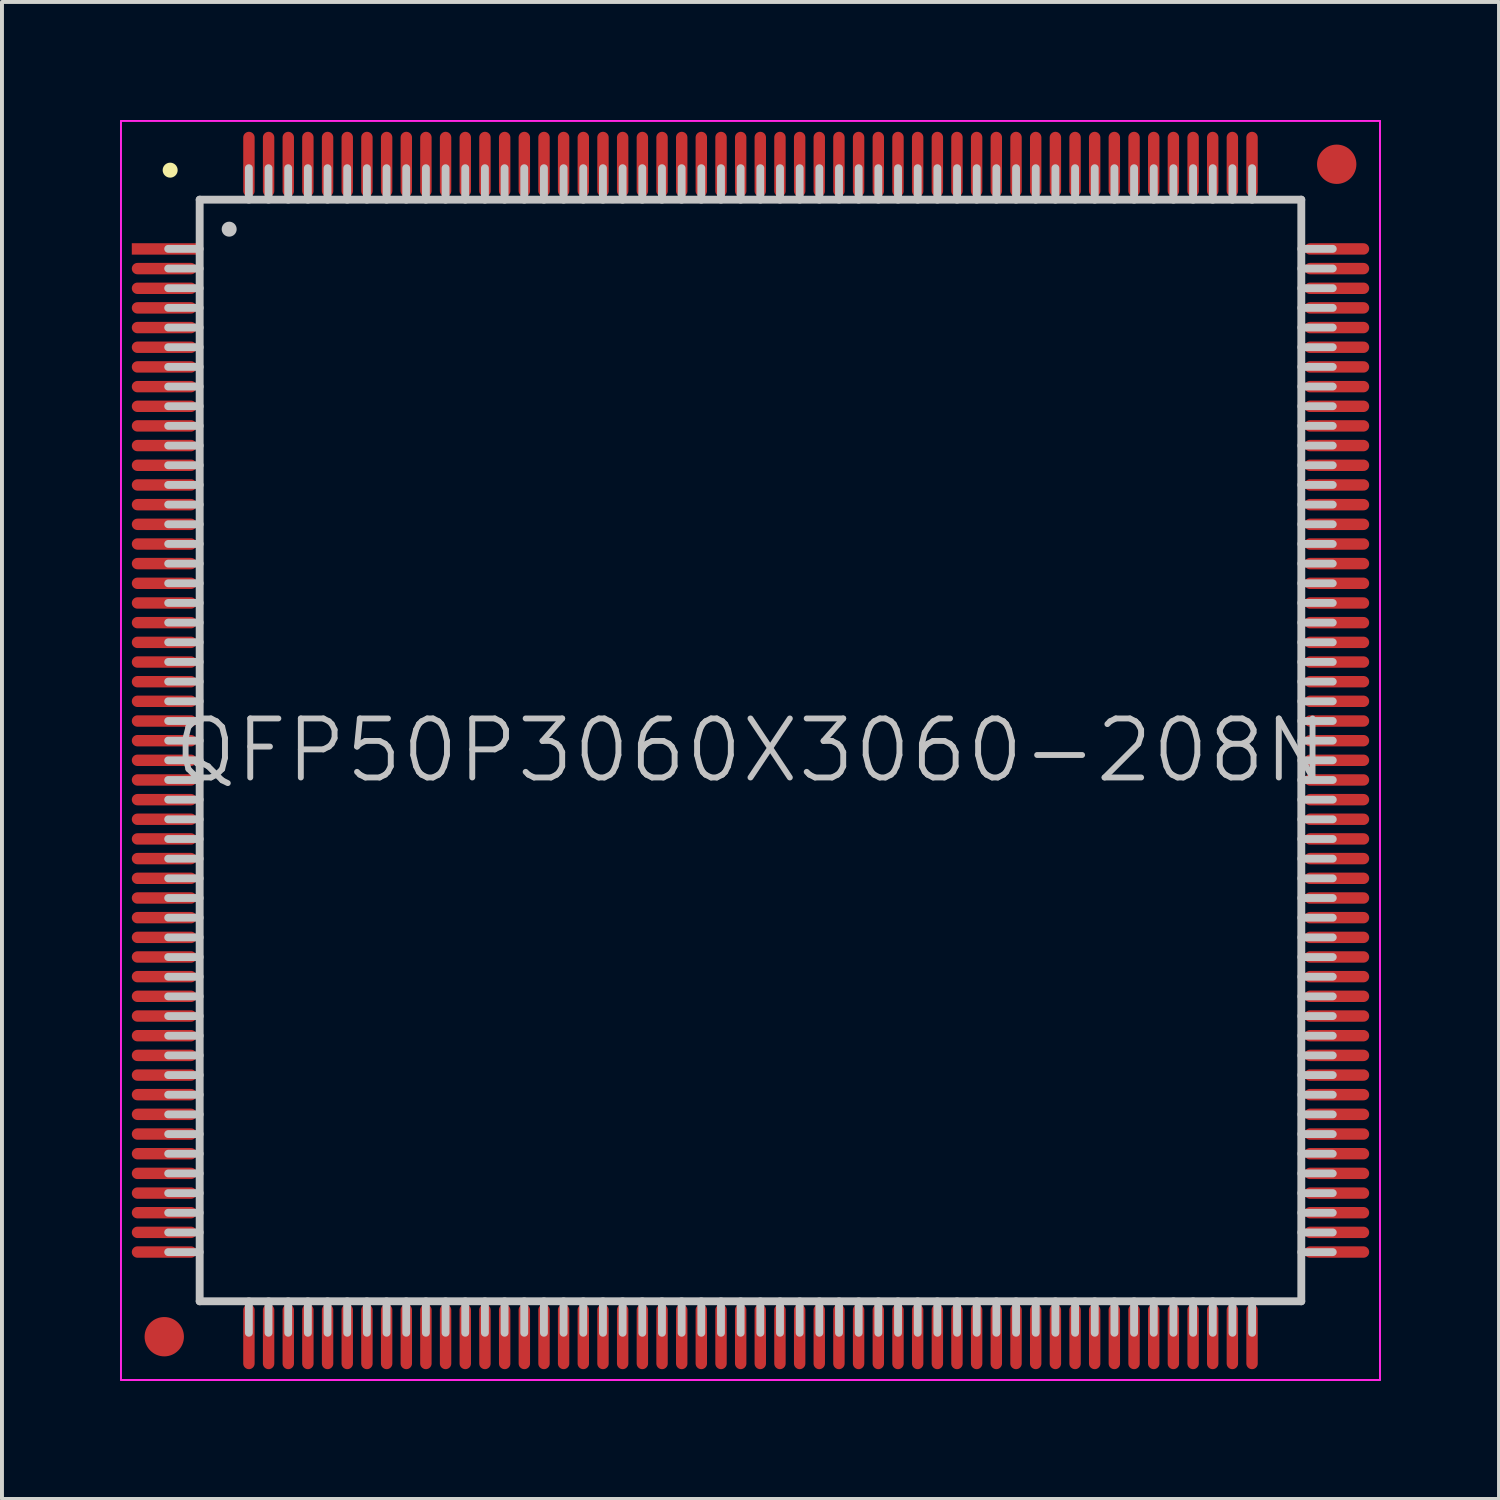
<source format=kicad_pcb>
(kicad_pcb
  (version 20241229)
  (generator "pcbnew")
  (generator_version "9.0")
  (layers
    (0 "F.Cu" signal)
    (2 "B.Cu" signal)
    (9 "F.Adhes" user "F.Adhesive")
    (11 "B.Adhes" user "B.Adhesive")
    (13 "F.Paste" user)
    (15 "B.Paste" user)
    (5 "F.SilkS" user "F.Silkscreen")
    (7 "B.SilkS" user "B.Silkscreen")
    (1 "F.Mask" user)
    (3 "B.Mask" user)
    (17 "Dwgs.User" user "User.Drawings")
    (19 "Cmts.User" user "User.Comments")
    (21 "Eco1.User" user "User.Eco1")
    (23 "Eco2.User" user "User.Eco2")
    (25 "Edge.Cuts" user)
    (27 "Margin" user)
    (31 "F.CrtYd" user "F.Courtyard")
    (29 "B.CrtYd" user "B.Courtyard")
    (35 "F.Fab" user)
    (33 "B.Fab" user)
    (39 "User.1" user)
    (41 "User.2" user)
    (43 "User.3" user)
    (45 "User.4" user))
  (footprint "QFP50P3060X3060-208N"
    (layer "F.Cu")
    (at 16.025 16.025)
    (property "Reference" "QFP50P3060X3060-208N" (at 0 0 0) (layer "Dwgs.User") (effects (font (size 1.5 1.5) (thickness 0.15))))
    (attr smd)
    (fp_line (start -14.75 -14.75) (end -14.75 -14.75) (stroke (width 0.381) (type solid)) (layer "F.SilkS"))
    (fp_line (start -14 -14) (end -14 14) (stroke (width 0.2) (type solid)) (layer "Dwgs.User"))
    (fp_line (start -14 -14) (end 14 -14) (stroke (width 0.2) (type solid)) (layer "Dwgs.User"))
    (fp_line (start -14 -12.75) (end -14.8 -12.75) (stroke (width 0.2) (type solid)) (layer "Dwgs.User"))
    (fp_line (start -14 -12.25) (end -14.8 -12.25) (stroke (width 0.2) (type solid)) (layer "Dwgs.User"))
    (fp_line (start -14 -11.75) (end -14.8 -11.75) (stroke (width 0.2) (type solid)) (layer "Dwgs.User"))
    (fp_line (start -14 -11.25) (end -14.8 -11.25) (stroke (width 0.2) (type solid)) (layer "Dwgs.User"))
    (fp_line (start -14 -10.75) (end -14.8 -10.75) (stroke (width 0.2) (type solid)) (layer "Dwgs.User"))
    (fp_line (start -14 -10.25) (end -14.8 -10.25) (stroke (width 0.2) (type solid)) (layer "Dwgs.User"))
    (fp_line (start -14 -9.75) (end -14.8 -9.75) (stroke (width 0.2) (type solid)) (layer "Dwgs.User"))
    (fp_line (start -14 -9.25) (end -14.8 -9.25) (stroke (width 0.2) (type solid)) (layer "Dwgs.User"))
    (fp_line (start -14 -8.75) (end -14.8 -8.75) (stroke (width 0.2) (type solid)) (layer "Dwgs.User"))
    (fp_line (start -14 -8.25) (end -14.8 -8.25) (stroke (width 0.2) (type solid)) (layer "Dwgs.User"))
    (fp_line (start -14 -7.75) (end -14.8 -7.75) (stroke (width 0.2) (type solid)) (layer "Dwgs.User"))
    (fp_line (start -14 -7.25) (end -14.8 -7.25) (stroke (width 0.2) (type solid)) (layer "Dwgs.User"))
    (fp_line (start -14 -6.75) (end -14.8 -6.75) (stroke (width 0.2) (type solid)) (layer "Dwgs.User"))
    (fp_line (start -14 -6.25) (end -14.8 -6.25) (stroke (width 0.2) (type solid)) (layer "Dwgs.User"))
    (fp_line (start -14 -5.75) (end -14.8 -5.75) (stroke (width 0.2) (type solid)) (layer "Dwgs.User"))
    (fp_line (start -14 -5.25) (end -14.8 -5.25) (stroke (width 0.2) (type solid)) (layer "Dwgs.User"))
    (fp_line (start -14 -4.75) (end -14.8 -4.75) (stroke (width 0.2) (type solid)) (layer "Dwgs.User"))
    (fp_line (start -14 -4.25) (end -14.8 -4.25) (stroke (width 0.2) (type solid)) (layer "Dwgs.User"))
    (fp_line (start -14 -3.75) (end -14.8 -3.75) (stroke (width 0.2) (type solid)) (layer "Dwgs.User"))
    (fp_line (start -14 -3.25) (end -14.8 -3.25) (stroke (width 0.2) (type solid)) (layer "Dwgs.User"))
    (fp_line (start -14 -2.75) (end -14.8 -2.75) (stroke (width 0.2) (type solid)) (layer "Dwgs.User"))
    (fp_line (start -14 -2.25) (end -14.8 -2.25) (stroke (width 0.2) (type solid)) (layer "Dwgs.User"))
    (fp_line (start -14 -1.75) (end -14.8 -1.75) (stroke (width 0.2) (type solid)) (layer "Dwgs.User"))
    (fp_line (start -14 -1.25) (end -14.8 -1.25) (stroke (width 0.2) (type solid)) (layer "Dwgs.User"))
    (fp_line (start -14 -0.75) (end -14.8 -0.75) (stroke (width 0.2) (type solid)) (layer "Dwgs.User"))
    (fp_line (start -14 -0.25) (end -14.8 -0.25) (stroke (width 0.2) (type solid)) (layer "Dwgs.User"))
    (fp_line (start -14 0.25) (end -14.8 0.25) (stroke (width 0.2) (type solid)) (layer "Dwgs.User"))
    (fp_line (start -14 0.75) (end -14.8 0.75) (stroke (width 0.2) (type solid)) (layer "Dwgs.User"))
    (fp_line (start -14 1.25) (end -14.8 1.25) (stroke (width 0.2) (type solid)) (layer "Dwgs.User"))
    (fp_line (start -14 1.75) (end -14.8 1.75) (stroke (width 0.2) (type solid)) (layer "Dwgs.User"))
    (fp_line (start -14 2.25) (end -14.8 2.25) (stroke (width 0.2) (type solid)) (layer "Dwgs.User"))
    (fp_line (start -14 2.75) (end -14.8 2.75) (stroke (width 0.2) (type solid)) (layer "Dwgs.User"))
    (fp_line (start -14 3.25) (end -14.8 3.25) (stroke (width 0.2) (type solid)) (layer "Dwgs.User"))
    (fp_line (start -14 3.75) (end -14.8 3.75) (stroke (width 0.2) (type solid)) (layer "Dwgs.User"))
    (fp_line (start -14 4.25) (end -14.8 4.25) (stroke (width 0.2) (type solid)) (layer "Dwgs.User"))
    (fp_line (start -14 4.75) (end -14.8 4.75) (stroke (width 0.2) (type solid)) (layer "Dwgs.User"))
    (fp_line (start -14 5.25) (end -14.8 5.25) (stroke (width 0.2) (type solid)) (layer "Dwgs.User"))
    (fp_line (start -14 5.75) (end -14.8 5.75) (stroke (width 0.2) (type solid)) (layer "Dwgs.User"))
    (fp_line (start -14 6.25) (end -14.8 6.25) (stroke (width 0.2) (type solid)) (layer "Dwgs.User"))
    (fp_line (start -14 6.75) (end -14.8 6.75) (stroke (width 0.2) (type solid)) (layer "Dwgs.User"))
    (fp_line (start -14 7.25) (end -14.8 7.25) (stroke (width 0.2) (type solid)) (layer "Dwgs.User"))
    (fp_line (start -14 7.75) (end -14.8 7.75) (stroke (width 0.2) (type solid)) (layer "Dwgs.User"))
    (fp_line (start -14 8.25) (end -14.8 8.25) (stroke (width 0.2) (type solid)) (layer "Dwgs.User"))
    (fp_line (start -14 8.75) (end -14.8 8.75) (stroke (width 0.2) (type solid)) (layer "Dwgs.User"))
    (fp_line (start -14 9.25) (end -14.8 9.25) (stroke (width 0.2) (type solid)) (layer "Dwgs.User"))
    (fp_line (start -14 9.75) (end -14.8 9.75) (stroke (width 0.2) (type solid)) (layer "Dwgs.User"))
    (fp_line (start -14 10.25) (end -14.8 10.25) (stroke (width 0.2) (type solid)) (layer "Dwgs.User"))
    (fp_line (start -14 10.75) (end -14.8 10.75) (stroke (width 0.2) (type solid)) (layer "Dwgs.User"))
    (fp_line (start -14 11.25) (end -14.8 11.25) (stroke (width 0.2) (type solid)) (layer "Dwgs.User"))
    (fp_line (start -14 11.75) (end -14.8 11.75) (stroke (width 0.2) (type solid)) (layer "Dwgs.User"))
    (fp_line (start -14 12.25) (end -14.8 12.25) (stroke (width 0.2) (type solid)) (layer "Dwgs.User"))
    (fp_line (start -14 12.75) (end -14.8 12.75) (stroke (width 0.2) (type solid)) (layer "Dwgs.User"))
    (fp_line (start -14 14) (end 14 14) (stroke (width 0.2) (type solid)) (layer "Dwgs.User"))
    (fp_line (start -13.25 -13.25) (end -13.25 -13.25) (stroke (width 0.381) (type solid)) (layer "Dwgs.User"))
    (fp_line (start -12.75 -14) (end -12.75 -14.8) (stroke (width 0.2) (type solid)) (layer "Dwgs.User"))
    (fp_line (start -12.75 14.8) (end -12.75 14) (stroke (width 0.2) (type solid)) (layer "Dwgs.User"))
    (fp_line (start -12.25 -14) (end -12.25 -14.8) (stroke (width 0.2) (type solid)) (layer "Dwgs.User"))
    (fp_line (start -12.25 14.8) (end -12.25 14) (stroke (width 0.2) (type solid)) (layer "Dwgs.User"))
    (fp_line (start -11.75 -14) (end -11.75 -14.8) (stroke (width 0.2) (type solid)) (layer "Dwgs.User"))
    (fp_line (start -11.75 14.8) (end -11.75 14) (stroke (width 0.2) (type solid)) (layer "Dwgs.User"))
    (fp_line (start -11.25 -14) (end -11.25 -14.8) (stroke (width 0.2) (type solid)) (layer "Dwgs.User"))
    (fp_line (start -11.25 14.8) (end -11.25 14) (stroke (width 0.2) (type solid)) (layer "Dwgs.User"))
    (fp_line (start -10.75 -14) (end -10.75 -14.8) (stroke (width 0.2) (type solid)) (layer "Dwgs.User"))
    (fp_line (start -10.75 14.8) (end -10.75 14) (stroke (width 0.2) (type solid)) (layer "Dwgs.User"))
    (fp_line (start -10.25 -14) (end -10.25 -14.8) (stroke (width 0.2) (type solid)) (layer "Dwgs.User"))
    (fp_line (start -10.25 14.8) (end -10.25 14) (stroke (width 0.2) (type solid)) (layer "Dwgs.User"))
    (fp_line (start -9.75 -14) (end -9.75 -14.8) (stroke (width 0.2) (type solid)) (layer "Dwgs.User"))
    (fp_line (start -9.75 14.8) (end -9.75 14) (stroke (width 0.2) (type solid)) (layer "Dwgs.User"))
    (fp_line (start -9.25 -14) (end -9.25 -14.8) (stroke (width 0.2) (type solid)) (layer "Dwgs.User"))
    (fp_line (start -9.25 14.8) (end -9.25 14) (stroke (width 0.2) (type solid)) (layer "Dwgs.User"))
    (fp_line (start -8.75 -14) (end -8.75 -14.8) (stroke (width 0.2) (type solid)) (layer "Dwgs.User"))
    (fp_line (start -8.75 14.8) (end -8.75 14) (stroke (width 0.2) (type solid)) (layer "Dwgs.User"))
    (fp_line (start -8.25 -14) (end -8.25 -14.8) (stroke (width 0.2) (type solid)) (layer "Dwgs.User"))
    (fp_line (start -8.25 14.8) (end -8.25 14) (stroke (width 0.2) (type solid)) (layer "Dwgs.User"))
    (fp_line (start -7.75 -14) (end -7.75 -14.8) (stroke (width 0.2) (type solid)) (layer "Dwgs.User"))
    (fp_line (start -7.75 14.8) (end -7.75 14) (stroke (width 0.2) (type solid)) (layer "Dwgs.User"))
    (fp_line (start -7.25 -14) (end -7.25 -14.8) (stroke (width 0.2) (type solid)) (layer "Dwgs.User"))
    (fp_line (start -7.25 14.8) (end -7.25 14) (stroke (width 0.2) (type solid)) (layer "Dwgs.User"))
    (fp_line (start -6.75 -14) (end -6.75 -14.8) (stroke (width 0.2) (type solid)) (layer "Dwgs.User"))
    (fp_line (start -6.75 14.8) (end -6.75 14) (stroke (width 0.2) (type solid)) (layer "Dwgs.User"))
    (fp_line (start -6.25 -14) (end -6.25 -14.8) (stroke (width 0.2) (type solid)) (layer "Dwgs.User"))
    (fp_line (start -6.25 14.8) (end -6.25 14) (stroke (width 0.2) (type solid)) (layer "Dwgs.User"))
    (fp_line (start -5.75 -14) (end -5.75 -14.8) (stroke (width 0.2) (type solid)) (layer "Dwgs.User"))
    (fp_line (start -5.75 14.8) (end -5.75 14) (stroke (width 0.2) (type solid)) (layer "Dwgs.User"))
    (fp_line (start -5.25 -14) (end -5.25 -14.8) (stroke (width 0.2) (type solid)) (layer "Dwgs.User"))
    (fp_line (start -5.25 14.8) (end -5.25 14) (stroke (width 0.2) (type solid)) (layer "Dwgs.User"))
    (fp_line (start -4.75 -14) (end -4.75 -14.8) (stroke (width 0.2) (type solid)) (layer "Dwgs.User"))
    (fp_line (start -4.75 14.8) (end -4.75 14) (stroke (width 0.2) (type solid)) (layer "Dwgs.User"))
    (fp_line (start -4.25 -14) (end -4.25 -14.8) (stroke (width 0.2) (type solid)) (layer "Dwgs.User"))
    (fp_line (start -4.25 14.8) (end -4.25 14) (stroke (width 0.2) (type solid)) (layer "Dwgs.User"))
    (fp_line (start -3.75 -14) (end -3.75 -14.8) (stroke (width 0.2) (type solid)) (layer "Dwgs.User"))
    (fp_line (start -3.75 14.8) (end -3.75 14) (stroke (width 0.2) (type solid)) (layer "Dwgs.User"))
    (fp_line (start -3.25 -14) (end -3.25 -14.8) (stroke (width 0.2) (type solid)) (layer "Dwgs.User"))
    (fp_line (start -3.25 14.8) (end -3.25 14) (stroke (width 0.2) (type solid)) (layer "Dwgs.User"))
    (fp_line (start -2.75 -14) (end -2.75 -14.8) (stroke (width 0.2) (type solid)) (layer "Dwgs.User"))
    (fp_line (start -2.75 14.8) (end -2.75 14) (stroke (width 0.2) (type solid)) (layer "Dwgs.User"))
    (fp_line (start -2.25 -14) (end -2.25 -14.8) (stroke (width 0.2) (type solid)) (layer "Dwgs.User"))
    (fp_line (start -2.25 14.8) (end -2.25 14) (stroke (width 0.2) (type solid)) (layer "Dwgs.User"))
    (fp_line (start -1.75 -14) (end -1.75 -14.8) (stroke (width 0.2) (type solid)) (layer "Dwgs.User"))
    (fp_line (start -1.75 14.8) (end -1.75 14) (stroke (width 0.2) (type solid)) (layer "Dwgs.User"))
    (fp_line (start -1.25 -14) (end -1.25 -14.8) (stroke (width 0.2) (type solid)) (layer "Dwgs.User"))
    (fp_line (start -1.25 14.8) (end -1.25 14) (stroke (width 0.2) (type solid)) (layer "Dwgs.User"))
    (fp_line (start -0.75 -14) (end -0.75 -14.8) (stroke (width 0.2) (type solid)) (layer "Dwgs.User"))
    (fp_line (start -0.75 14.8) (end -0.75 14) (stroke (width 0.2) (type solid)) (layer "Dwgs.User"))
    (fp_line (start -0.25 -14) (end -0.25 -14.8) (stroke (width 0.2) (type solid)) (layer "Dwgs.User"))
    (fp_line (start -0.25 14.8) (end -0.25 14) (stroke (width 0.2) (type solid)) (layer "Dwgs.User"))
    (fp_line (start 0.25 -14) (end 0.25 -14.8) (stroke (width 0.2) (type solid)) (layer "Dwgs.User"))
    (fp_line (start 0.25 14.8) (end 0.25 14) (stroke (width 0.2) (type solid)) (layer "Dwgs.User"))
    (fp_line (start 0.75 -14) (end 0.75 -14.8) (stroke (width 0.2) (type solid)) (layer "Dwgs.User"))
    (fp_line (start 0.75 14.8) (end 0.75 14) (stroke (width 0.2) (type solid)) (layer "Dwgs.User"))
    (fp_line (start 1.25 -14) (end 1.25 -14.8) (stroke (width 0.2) (type solid)) (layer "Dwgs.User"))
    (fp_line (start 1.25 14.8) (end 1.25 14) (stroke (width 0.2) (type solid)) (layer "Dwgs.User"))
    (fp_line (start 1.75 -14) (end 1.75 -14.8) (stroke (width 0.2) (type solid)) (layer "Dwgs.User"))
    (fp_line (start 1.75 14.8) (end 1.75 14) (stroke (width 0.2) (type solid)) (layer "Dwgs.User"))
    (fp_line (start 2.25 -14) (end 2.25 -14.8) (stroke (width 0.2) (type solid)) (layer "Dwgs.User"))
    (fp_line (start 2.25 14.8) (end 2.25 14) (stroke (width 0.2) (type solid)) (layer "Dwgs.User"))
    (fp_line (start 2.75 -14) (end 2.75 -14.8) (stroke (width 0.2) (type solid)) (layer "Dwgs.User"))
    (fp_line (start 2.75 14.8) (end 2.75 14) (stroke (width 0.2) (type solid)) (layer "Dwgs.User"))
    (fp_line (start 3.25 -14) (end 3.25 -14.8) (stroke (width 0.2) (type solid)) (layer "Dwgs.User"))
    (fp_line (start 3.25 14.8) (end 3.25 14) (stroke (width 0.2) (type solid)) (layer "Dwgs.User"))
    (fp_line (start 3.75 -14) (end 3.75 -14.8) (stroke (width 0.2) (type solid)) (layer "Dwgs.User"))
    (fp_line (start 3.75 14.8) (end 3.75 14) (stroke (width 0.2) (type solid)) (layer "Dwgs.User"))
    (fp_line (start 4.25 -14) (end 4.25 -14.8) (stroke (width 0.2) (type solid)) (layer "Dwgs.User"))
    (fp_line (start 4.25 14.8) (end 4.25 14) (stroke (width 0.2) (type solid)) (layer "Dwgs.User"))
    (fp_line (start 4.75 -14) (end 4.75 -14.8) (stroke (width 0.2) (type solid)) (layer "Dwgs.User"))
    (fp_line (start 4.75 14.8) (end 4.75 14) (stroke (width 0.2) (type solid)) (layer "Dwgs.User"))
    (fp_line (start 5.25 -14) (end 5.25 -14.8) (stroke (width 0.2) (type solid)) (layer "Dwgs.User"))
    (fp_line (start 5.25 14.8) (end 5.25 14) (stroke (width 0.2) (type solid)) (layer "Dwgs.User"))
    (fp_line (start 5.75 -14) (end 5.75 -14.8) (stroke (width 0.2) (type solid)) (layer "Dwgs.User"))
    (fp_line (start 5.75 14.8) (end 5.75 14) (stroke (width 0.2) (type solid)) (layer "Dwgs.User"))
    (fp_line (start 6.25 -14) (end 6.25 -14.8) (stroke (width 0.2) (type solid)) (layer "Dwgs.User"))
    (fp_line (start 6.25 14.8) (end 6.25 14) (stroke (width 0.2) (type solid)) (layer "Dwgs.User"))
    (fp_line (start 6.75 -14) (end 6.75 -14.8) (stroke (width 0.2) (type solid)) (layer "Dwgs.User"))
    (fp_line (start 6.75 14.8) (end 6.75 14) (stroke (width 0.2) (type solid)) (layer "Dwgs.User"))
    (fp_line (start 7.25 -14) (end 7.25 -14.8) (stroke (width 0.2) (type solid)) (layer "Dwgs.User"))
    (fp_line (start 7.25 14.8) (end 7.25 14) (stroke (width 0.2) (type solid)) (layer "Dwgs.User"))
    (fp_line (start 7.75 -14) (end 7.75 -14.8) (stroke (width 0.2) (type solid)) (layer "Dwgs.User"))
    (fp_line (start 7.75 14.8) (end 7.75 14) (stroke (width 0.2) (type solid)) (layer "Dwgs.User"))
    (fp_line (start 8.25 -14) (end 8.25 -14.8) (stroke (width 0.2) (type solid)) (layer "Dwgs.User"))
    (fp_line (start 8.25 14.8) (end 8.25 14) (stroke (width 0.2) (type solid)) (layer "Dwgs.User"))
    (fp_line (start 8.75 -14) (end 8.75 -14.8) (stroke (width 0.2) (type solid)) (layer "Dwgs.User"))
    (fp_line (start 8.75 14.8) (end 8.75 14) (stroke (width 0.2) (type solid)) (layer "Dwgs.User"))
    (fp_line (start 9.25 -14) (end 9.25 -14.8) (stroke (width 0.2) (type solid)) (layer "Dwgs.User"))
    (fp_line (start 9.25 14.8) (end 9.25 14) (stroke (width 0.2) (type solid)) (layer "Dwgs.User"))
    (fp_line (start 9.75 -14) (end 9.75 -14.8) (stroke (width 0.2) (type solid)) (layer "Dwgs.User"))
    (fp_line (start 9.75 14.8) (end 9.75 14) (stroke (width 0.2) (type solid)) (layer "Dwgs.User"))
    (fp_line (start 10.25 -14) (end 10.25 -14.8) (stroke (width 0.2) (type solid)) (layer "Dwgs.User"))
    (fp_line (start 10.25 14.8) (end 10.25 14) (stroke (width 0.2) (type solid)) (layer "Dwgs.User"))
    (fp_line (start 10.75 -14) (end 10.75 -14.8) (stroke (width 0.2) (type solid)) (layer "Dwgs.User"))
    (fp_line (start 10.75 14.8) (end 10.75 14) (stroke (width 0.2) (type solid)) (layer "Dwgs.User"))
    (fp_line (start 11.25 -14) (end 11.25 -14.8) (stroke (width 0.2) (type solid)) (layer "Dwgs.User"))
    (fp_line (start 11.25 14.8) (end 11.25 14) (stroke (width 0.2) (type solid)) (layer "Dwgs.User"))
    (fp_line (start 11.75 -14) (end 11.75 -14.8) (stroke (width 0.2) (type solid)) (layer "Dwgs.User"))
    (fp_line (start 11.75 14.8) (end 11.75 14) (stroke (width 0.2) (type solid)) (layer "Dwgs.User"))
    (fp_line (start 12.25 -14) (end 12.25 -14.8) (stroke (width 0.2) (type solid)) (layer "Dwgs.User"))
    (fp_line (start 12.25 14.8) (end 12.25 14) (stroke (width 0.2) (type solid)) (layer "Dwgs.User"))
    (fp_line (start 12.75 -14) (end 12.75 -14.8) (stroke (width 0.2) (type solid)) (layer "Dwgs.User"))
    (fp_line (start 12.75 14.8) (end 12.75 14) (stroke (width 0.2) (type solid)) (layer "Dwgs.User"))
    (fp_line (start 14 -14) (end 14 14) (stroke (width 0.2) (type solid)) (layer "Dwgs.User"))
    (fp_line (start 14.8 -12.75) (end 14 -12.75) (stroke (width 0.2) (type solid)) (layer "Dwgs.User"))
    (fp_line (start 14.8 -12.25) (end 14 -12.25) (stroke (width 0.2) (type solid)) (layer "Dwgs.User"))
    (fp_line (start 14.8 -11.75) (end 14 -11.75) (stroke (width 0.2) (type solid)) (layer "Dwgs.User"))
    (fp_line (start 14.8 -11.25) (end 14 -11.25) (stroke (width 0.2) (type solid)) (layer "Dwgs.User"))
    (fp_line (start 14.8 -10.75) (end 14 -10.75) (stroke (width 0.2) (type solid)) (layer "Dwgs.User"))
    (fp_line (start 14.8 -10.25) (end 14 -10.25) (stroke (width 0.2) (type solid)) (layer "Dwgs.User"))
    (fp_line (start 14.8 -9.75) (end 14 -9.75) (stroke (width 0.2) (type solid)) (layer "Dwgs.User"))
    (fp_line (start 14.8 -9.25) (end 14 -9.25) (stroke (width 0.2) (type solid)) (layer "Dwgs.User"))
    (fp_line (start 14.8 -8.75) (end 14 -8.75) (stroke (width 0.2) (type solid)) (layer "Dwgs.User"))
    (fp_line (start 14.8 -8.25) (end 14 -8.25) (stroke (width 0.2) (type solid)) (layer "Dwgs.User"))
    (fp_line (start 14.8 -7.75) (end 14 -7.75) (stroke (width 0.2) (type solid)) (layer "Dwgs.User"))
    (fp_line (start 14.8 -7.25) (end 14 -7.25) (stroke (width 0.2) (type solid)) (layer "Dwgs.User"))
    (fp_line (start 14.8 -6.75) (end 14 -6.75) (stroke (width 0.2) (type solid)) (layer "Dwgs.User"))
    (fp_line (start 14.8 -6.25) (end 14 -6.25) (stroke (width 0.2) (type solid)) (layer "Dwgs.User"))
    (fp_line (start 14.8 -5.75) (end 14 -5.75) (stroke (width 0.2) (type solid)) (layer "Dwgs.User"))
    (fp_line (start 14.8 -5.25) (end 14 -5.25) (stroke (width 0.2) (type solid)) (layer "Dwgs.User"))
    (fp_line (start 14.8 -4.75) (end 14 -4.75) (stroke (width 0.2) (type solid)) (layer "Dwgs.User"))
    (fp_line (start 14.8 -4.25) (end 14 -4.25) (stroke (width 0.2) (type solid)) (layer "Dwgs.User"))
    (fp_line (start 14.8 -3.75) (end 14 -3.75) (stroke (width 0.2) (type solid)) (layer "Dwgs.User"))
    (fp_line (start 14.8 -3.25) (end 14 -3.25) (stroke (width 0.2) (type solid)) (layer "Dwgs.User"))
    (fp_line (start 14.8 -2.75) (end 14 -2.75) (stroke (width 0.2) (type solid)) (layer "Dwgs.User"))
    (fp_line (start 14.8 -2.25) (end 14 -2.25) (stroke (width 0.2) (type solid)) (layer "Dwgs.User"))
    (fp_line (start 14.8 -1.75) (end 14 -1.75) (stroke (width 0.2) (type solid)) (layer "Dwgs.User"))
    (fp_line (start 14.8 -1.25) (end 14 -1.25) (stroke (width 0.2) (type solid)) (layer "Dwgs.User"))
    (fp_line (start 14.8 -0.75) (end 14 -0.75) (stroke (width 0.2) (type solid)) (layer "Dwgs.User"))
    (fp_line (start 14.8 -0.25) (end 14 -0.25) (stroke (width 0.2) (type solid)) (layer "Dwgs.User"))
    (fp_line (start 14.8 0.25) (end 14 0.25) (stroke (width 0.2) (type solid)) (layer "Dwgs.User"))
    (fp_line (start 14.8 0.75) (end 14 0.75) (stroke (width 0.2) (type solid)) (layer "Dwgs.User"))
    (fp_line (start 14.8 1.25) (end 14 1.25) (stroke (width 0.2) (type solid)) (layer "Dwgs.User"))
    (fp_line (start 14.8 1.75) (end 14 1.75) (stroke (width 0.2) (type solid)) (layer "Dwgs.User"))
    (fp_line (start 14.8 2.25) (end 14 2.25) (stroke (width 0.2) (type solid)) (layer "Dwgs.User"))
    (fp_line (start 14.8 2.75) (end 14 2.75) (stroke (width 0.2) (type solid)) (layer "Dwgs.User"))
    (fp_line (start 14.8 3.25) (end 14 3.25) (stroke (width 0.2) (type solid)) (layer "Dwgs.User"))
    (fp_line (start 14.8 3.75) (end 14 3.75) (stroke (width 0.2) (type solid)) (layer "Dwgs.User"))
    (fp_line (start 14.8 4.25) (end 14 4.25) (stroke (width 0.2) (type solid)) (layer "Dwgs.User"))
    (fp_line (start 14.8 4.75) (end 14 4.75) (stroke (width 0.2) (type solid)) (layer "Dwgs.User"))
    (fp_line (start 14.8 5.25) (end 14 5.25) (stroke (width 0.2) (type solid)) (layer "Dwgs.User"))
    (fp_line (start 14.8 5.75) (end 14 5.75) (stroke (width 0.2) (type solid)) (layer "Dwgs.User"))
    (fp_line (start 14.8 6.25) (end 14 6.25) (stroke (width 0.2) (type solid)) (layer "Dwgs.User"))
    (fp_line (start 14.8 6.75) (end 14 6.75) (stroke (width 0.2) (type solid)) (layer "Dwgs.User"))
    (fp_line (start 14.8 7.25) (end 14 7.25) (stroke (width 0.2) (type solid)) (layer "Dwgs.User"))
    (fp_line (start 14.8 7.75) (end 14 7.75) (stroke (width 0.2) (type solid)) (layer "Dwgs.User"))
    (fp_line (start 14.8 8.25) (end 14 8.25) (stroke (width 0.2) (type solid)) (layer "Dwgs.User"))
    (fp_line (start 14.8 8.75) (end 14 8.75) (stroke (width 0.2) (type solid)) (layer "Dwgs.User"))
    (fp_line (start 14.8 9.25) (end 14 9.25) (stroke (width 0.2) (type solid)) (layer "Dwgs.User"))
    (fp_line (start 14.8 9.75) (end 14 9.75) (stroke (width 0.2) (type solid)) (layer "Dwgs.User"))
    (fp_line (start 14.8 10.25) (end 14 10.25) (stroke (width 0.2) (type solid)) (layer "Dwgs.User"))
    (fp_line (start 14.8 10.75) (end 14 10.75) (stroke (width 0.2) (type solid)) (layer "Dwgs.User"))
    (fp_line (start 14.8 11.25) (end 14 11.25) (stroke (width 0.2) (type solid)) (layer "Dwgs.User"))
    (fp_line (start 14.8 11.75) (end 14 11.75) (stroke (width 0.2) (type solid)) (layer "Dwgs.User"))
    (fp_line (start 14.8 12.25) (end 14 12.25) (stroke (width 0.2) (type solid)) (layer "Dwgs.User"))
    (fp_line (start 14.8 12.75) (end 14 12.75) (stroke (width 0.2) (type solid)) (layer "Dwgs.User"))
    (fp_line (start -16 -16) (end -16 16) (stroke (width 0.05) (type solid)) (layer "F.CrtYd"))
    (fp_line (start -16 -16) (end 16 -16) (stroke (width 0.05) (type solid)) (layer "F.CrtYd"))
    (fp_line (start -16 16) (end 16 16) (stroke (width 0.05) (type solid)) (layer "F.CrtYd"))
    (fp_line (start 16 -16) (end 16 16) (stroke (width 0.05) (type solid)) (layer "F.CrtYd"))
    (pad "" smd circle (at -14.9 14.9) (size 1 1) (layers "F.Cu" "F.Mask"))
    (pad "" smd circle (at 14.9 -14.9) (size 1 1) (layers "F.Cu" "F.Mask"))
    (pad "1" smd rect (at -14.9 -12.748 90) (size 0.29 1.65) (layers "F.Cu" "F.Mask" "F.Paste"))
    (pad "2" smd oval (at -14.9 -12.248 90) (size 0.29 1.65) (layers "F.Cu" "F.Mask" "F.Paste"))
    (pad "3" smd oval (at -14.9 -11.748 90) (size 0.29 1.65) (layers "F.Cu" "F.Mask" "F.Paste"))
    (pad "4" smd oval (at -14.9 -11.25 90) (size 0.29 1.65) (layers "F.Cu" "F.Mask" "F.Paste"))
    (pad "5" smd oval (at -14.9 -10.749 90) (size 0.29 1.65) (layers "F.Cu" "F.Mask" "F.Paste"))
    (pad "6" smd oval (at -14.9 -10.249 90) (size 0.29 1.65) (layers "F.Cu" "F.Mask" "F.Paste"))
    (pad "7" smd oval (at -14.9 -9.749 90) (size 0.29 1.65) (layers "F.Cu" "F.Mask" "F.Paste"))
    (pad "8" smd oval (at -14.9 -9.248 90) (size 0.29 1.65) (layers "F.Cu" "F.Mask" "F.Paste"))
    (pad "9" smd oval (at -14.9 -8.748 90) (size 0.29 1.65) (layers "F.Cu" "F.Mask" "F.Paste"))
    (pad "10" smd oval (at -14.9 -8.25 90) (size 0.29 1.65) (layers "F.Cu" "F.Mask" "F.Paste"))
    (pad "11" smd oval (at -14.9 -7.75 90) (size 0.29 1.65) (layers "F.Cu" "F.Mask" "F.Paste"))
    (pad "12" smd oval (at -14.9 -7.249 90) (size 0.29 1.65) (layers "F.Cu" "F.Mask" "F.Paste"))
    (pad "13" smd oval (at -14.9 -6.749 90) (size 0.29 1.65) (layers "F.Cu" "F.Mask" "F.Paste"))
    (pad "14" smd oval (at -14.9 -6.248 90) (size 0.29 1.65) (layers "F.Cu" "F.Mask" "F.Paste"))
    (pad "15" smd oval (at -14.9 -5.748 90) (size 0.29 1.65) (layers "F.Cu" "F.Mask" "F.Paste"))
    (pad "16" smd oval (at -14.9 -5.248 90) (size 0.29 1.65) (layers "F.Cu" "F.Mask" "F.Paste"))
    (pad "17" smd oval (at -14.9 -4.75 90) (size 0.29 1.65) (layers "F.Cu" "F.Mask" "F.Paste"))
    (pad "18" smd oval (at -14.9 -4.249 90) (size 0.29 1.65) (layers "F.Cu" "F.Mask" "F.Paste"))
    (pad "19" smd oval (at -14.9 -3.749 90) (size 0.29 1.65) (layers "F.Cu" "F.Mask" "F.Paste"))
    (pad "20" smd oval (at -14.9 -3.249 90) (size 0.29 1.65) (layers "F.Cu" "F.Mask" "F.Paste"))
    (pad "21" smd oval (at -14.9 -2.748 90) (size 0.29 1.65) (layers "F.Cu" "F.Mask" "F.Paste"))
    (pad "22" smd oval (at -14.9 -2.248 90) (size 0.29 1.65) (layers "F.Cu" "F.Mask" "F.Paste"))
    (pad "23" smd oval (at -14.9 -1.748 90) (size 0.29 1.65) (layers "F.Cu" "F.Mask" "F.Paste"))
    (pad "24" smd oval (at -14.9 -1.25 90) (size 0.29 1.65) (layers "F.Cu" "F.Mask" "F.Paste"))
    (pad "25" smd oval (at -14.9 -0.749 90) (size 0.29 1.65) (layers "F.Cu" "F.Mask" "F.Paste"))
    (pad "26" smd oval (at -14.9 -0.249 90) (size 0.29 1.65) (layers "F.Cu" "F.Mask" "F.Paste"))
    (pad "27" smd oval (at -14.9 0.249 90) (size 0.29 1.65) (layers "F.Cu" "F.Mask" "F.Paste"))
    (pad "28" smd oval (at -14.9 0.749 90) (size 0.29 1.65) (layers "F.Cu" "F.Mask" "F.Paste"))
    (pad "29" smd oval (at -14.9 1.25 90) (size 0.29 1.65) (layers "F.Cu" "F.Mask" "F.Paste"))
    (pad "30" smd oval (at -14.9 1.748 90) (size 0.29 1.65) (layers "F.Cu" "F.Mask" "F.Paste"))
    (pad "31" smd oval (at -14.9 2.248 90) (size 0.29 1.65) (layers "F.Cu" "F.Mask" "F.Paste"))
    (pad "32" smd oval (at -14.9 2.748 90) (size 0.29 1.65) (layers "F.Cu" "F.Mask" "F.Paste"))
    (pad "33" smd oval (at -14.9 3.249 90) (size 0.29 1.65) (layers "F.Cu" "F.Mask" "F.Paste"))
    (pad "34" smd oval (at -14.9 3.749 90) (size 0.29 1.65) (layers "F.Cu" "F.Mask" "F.Paste"))
    (pad "35" smd oval (at -14.9 4.249 90) (size 0.29 1.65) (layers "F.Cu" "F.Mask" "F.Paste"))
    (pad "36" smd oval (at -14.9 4.75 90) (size 0.29 1.65) (layers "F.Cu" "F.Mask" "F.Paste"))
    (pad "37" smd oval (at -14.9 5.248 90) (size 0.29 1.65) (layers "F.Cu" "F.Mask" "F.Paste"))
    (pad "38" smd oval (at -14.9 5.748 90) (size 0.29 1.65) (layers "F.Cu" "F.Mask" "F.Paste"))
    (pad "39" smd oval (at -14.9 6.248 90) (size 0.29 1.65) (layers "F.Cu" "F.Mask" "F.Paste"))
    (pad "40" smd oval (at -14.9 6.749 90) (size 0.29 1.65) (layers "F.Cu" "F.Mask" "F.Paste"))
    (pad "41" smd oval (at -14.9 7.249 90) (size 0.29 1.65) (layers "F.Cu" "F.Mask" "F.Paste"))
    (pad "42" smd oval (at -14.9 7.75 90) (size 0.29 1.65) (layers "F.Cu" "F.Mask" "F.Paste"))
    (pad "43" smd oval (at -14.9 8.25 90) (size 0.29 1.65) (layers "F.Cu" "F.Mask" "F.Paste"))
    (pad "44" smd oval (at -14.9 8.748 90) (size 0.29 1.65) (layers "F.Cu" "F.Mask" "F.Paste"))
    (pad "45" smd oval (at -14.9 9.248 90) (size 0.29 1.65) (layers "F.Cu" "F.Mask" "F.Paste"))
    (pad "46" smd oval (at -14.9 9.749 90) (size 0.29 1.65) (layers "F.Cu" "F.Mask" "F.Paste"))
    (pad "47" smd oval (at -14.9 10.249 90) (size 0.29 1.65) (layers "F.Cu" "F.Mask" "F.Paste"))
    (pad "48" smd oval (at -14.9 10.749 90) (size 0.29 1.65) (layers "F.Cu" "F.Mask" "F.Paste"))
    (pad "49" smd oval (at -14.9 11.25 90) (size 0.29 1.65) (layers "F.Cu" "F.Mask" "F.Paste"))
    (pad "50" smd oval (at -14.9 11.748 90) (size 0.29 1.65) (layers "F.Cu" "F.Mask" "F.Paste"))
    (pad "51" smd oval (at -14.9 12.248 90) (size 0.29 1.65) (layers "F.Cu" "F.Mask" "F.Paste"))
    (pad "52" smd oval (at -14.9 12.748 90) (size 0.29 1.65) (layers "F.Cu" "F.Mask" "F.Paste"))
    (pad "53" smd oval (at -12.748 14.9 180) (size 0.29 1.65) (layers "F.Cu" "F.Mask" "F.Paste"))
    (pad "54" smd oval (at -12.248 14.9 180) (size 0.29 1.65) (layers "F.Cu" "F.Mask" "F.Paste"))
    (pad "55" smd oval (at -11.748 14.9 180) (size 0.29 1.65) (layers "F.Cu" "F.Mask" "F.Paste"))
    (pad "56" smd oval (at -11.25 14.9 180) (size 0.29 1.65) (layers "F.Cu" "F.Mask" "F.Paste"))
    (pad "57" smd oval (at -10.749 14.9 180) (size 0.29 1.65) (layers "F.Cu" "F.Mask" "F.Paste"))
    (pad "58" smd oval (at -10.249 14.9 180) (size 0.29 1.65) (layers "F.Cu" "F.Mask" "F.Paste"))
    (pad "59" smd oval (at -9.749 14.9 180) (size 0.29 1.65) (layers "F.Cu" "F.Mask" "F.Paste"))
    (pad "60" smd oval (at -9.248 14.9 180) (size 0.29 1.65) (layers "F.Cu" "F.Mask" "F.Paste"))
    (pad "61" smd oval (at -8.748 14.9 180) (size 0.29 1.65) (layers "F.Cu" "F.Mask" "F.Paste"))
    (pad "62" smd oval (at -8.25 14.9 180) (size 0.29 1.65) (layers "F.Cu" "F.Mask" "F.Paste"))
    (pad "63" smd oval (at -7.75 14.9 180) (size 0.29 1.65) (layers "F.Cu" "F.Mask" "F.Paste"))
    (pad "64" smd oval (at -7.249 14.9 180) (size 0.29 1.65) (layers "F.Cu" "F.Mask" "F.Paste"))
    (pad "65" smd oval (at -6.749 14.9 180) (size 0.29 1.65) (layers "F.Cu" "F.Mask" "F.Paste"))
    (pad "66" smd oval (at -6.248 14.9 180) (size 0.29 1.65) (layers "F.Cu" "F.Mask" "F.Paste"))
    (pad "67" smd oval (at -5.748 14.9 180) (size 0.29 1.65) (layers "F.Cu" "F.Mask" "F.Paste"))
    (pad "68" smd oval (at -5.248 14.9 180) (size 0.29 1.65) (layers "F.Cu" "F.Mask" "F.Paste"))
    (pad "69" smd oval (at -4.75 14.9 180) (size 0.29 1.65) (layers "F.Cu" "F.Mask" "F.Paste"))
    (pad "70" smd oval (at -4.249 14.9 180) (size 0.29 1.65) (layers "F.Cu" "F.Mask" "F.Paste"))
    (pad "71" smd oval (at -3.749 14.9 180) (size 0.29 1.65) (layers "F.Cu" "F.Mask" "F.Paste"))
    (pad "72" smd oval (at -3.249 14.9 180) (size 0.29 1.65) (layers "F.Cu" "F.Mask" "F.Paste"))
    (pad "73" smd oval (at -2.748 14.9 180) (size 0.29 1.65) (layers "F.Cu" "F.Mask" "F.Paste"))
    (pad "74" smd oval (at -2.248 14.9 180) (size 0.29 1.65) (layers "F.Cu" "F.Mask" "F.Paste"))
    (pad "75" smd oval (at -1.748 14.9 180) (size 0.29 1.65) (layers "F.Cu" "F.Mask" "F.Paste"))
    (pad "76" smd oval (at -1.25 14.9 180) (size 0.29 1.65) (layers "F.Cu" "F.Mask" "F.Paste"))
    (pad "77" smd oval (at -0.749 14.9 180) (size 0.29 1.65) (layers "F.Cu" "F.Mask" "F.Paste"))
    (pad "78" smd oval (at -0.249 14.9 180) (size 0.29 1.65) (layers "F.Cu" "F.Mask" "F.Paste"))
    (pad "79" smd oval (at 0.249 14.9 180) (size 0.29 1.65) (layers "F.Cu" "F.Mask" "F.Paste"))
    (pad "80" smd oval (at 0.749 14.9 180) (size 0.29 1.65) (layers "F.Cu" "F.Mask" "F.Paste"))
    (pad "81" smd oval (at 1.25 14.9 180) (size 0.29 1.65) (layers "F.Cu" "F.Mask" "F.Paste"))
    (pad "82" smd oval (at 1.748 14.9 180) (size 0.29 1.65) (layers "F.Cu" "F.Mask" "F.Paste"))
    (pad "83" smd oval (at 2.248 14.9 180) (size 0.29 1.65) (layers "F.Cu" "F.Mask" "F.Paste"))
    (pad "84" smd oval (at 2.748 14.9 180) (size 0.29 1.65) (layers "F.Cu" "F.Mask" "F.Paste"))
    (pad "85" smd oval (at 3.249 14.9 180) (size 0.29 1.65) (layers "F.Cu" "F.Mask" "F.Paste"))
    (pad "86" smd oval (at 3.749 14.9 180) (size 0.29 1.65) (layers "F.Cu" "F.Mask" "F.Paste"))
    (pad "87" smd oval (at 4.249 14.9 180) (size 0.29 1.65) (layers "F.Cu" "F.Mask" "F.Paste"))
    (pad "88" smd oval (at 4.75 14.9 180) (size 0.29 1.65) (layers "F.Cu" "F.Mask" "F.Paste"))
    (pad "89" smd oval (at 5.248 14.9 180) (size 0.29 1.65) (layers "F.Cu" "F.Mask" "F.Paste"))
    (pad "90" smd oval (at 5.748 14.9 180) (size 0.29 1.65) (layers "F.Cu" "F.Mask" "F.Paste"))
    (pad "91" smd oval (at 6.248 14.9 180) (size 0.29 1.65) (layers "F.Cu" "F.Mask" "F.Paste"))
    (pad "92" smd oval (at 6.749 14.9 180) (size 0.29 1.65) (layers "F.Cu" "F.Mask" "F.Paste"))
    (pad "93" smd oval (at 7.249 14.9 180) (size 0.29 1.65) (layers "F.Cu" "F.Mask" "F.Paste"))
    (pad "94" smd oval (at 7.75 14.9 180) (size 0.29 1.65) (layers "F.Cu" "F.Mask" "F.Paste"))
    (pad "95" smd oval (at 8.25 14.9 180) (size 0.29 1.65) (layers "F.Cu" "F.Mask" "F.Paste"))
    (pad "96" smd oval (at 8.748 14.9 180) (size 0.29 1.65) (layers "F.Cu" "F.Mask" "F.Paste"))
    (pad "97" smd oval (at 9.248 14.9 180) (size 0.29 1.65) (layers "F.Cu" "F.Mask" "F.Paste"))
    (pad "98" smd oval (at 9.749 14.9 180) (size 0.29 1.65) (layers "F.Cu" "F.Mask" "F.Paste"))
    (pad "99" smd oval (at 10.249 14.9 180) (size 0.29 1.65) (layers "F.Cu" "F.Mask" "F.Paste"))
    (pad "100" smd oval (at 10.749 14.9 180) (size 0.29 1.65) (layers "F.Cu" "F.Mask" "F.Paste"))
    (pad "101" smd oval (at 11.25 14.9 180) (size 0.29 1.65) (layers "F.Cu" "F.Mask" "F.Paste"))
    (pad "102" smd oval (at 11.748 14.9 180) (size 0.29 1.65) (layers "F.Cu" "F.Mask" "F.Paste"))
    (pad "103" smd oval (at 12.248 14.9 180) (size 0.29 1.65) (layers "F.Cu" "F.Mask" "F.Paste"))
    (pad "104" smd oval (at 12.748 14.9 180) (size 0.29 1.65) (layers "F.Cu" "F.Mask" "F.Paste"))
    (pad "105" smd oval (at 14.9 12.748 270) (size 0.29 1.65) (layers "F.Cu" "F.Mask" "F.Paste"))
    (pad "106" smd oval (at 14.9 12.248 270) (size 0.29 1.65) (layers "F.Cu" "F.Mask" "F.Paste"))
    (pad "107" smd oval (at 14.9 11.748 270) (size 0.29 1.65) (layers "F.Cu" "F.Mask" "F.Paste"))
    (pad "108" smd oval (at 14.9 11.25 270) (size 0.29 1.65) (layers "F.Cu" "F.Mask" "F.Paste"))
    (pad "109" smd oval (at 14.9 10.749 270) (size 0.29 1.65) (layers "F.Cu" "F.Mask" "F.Paste"))
    (pad "110" smd oval (at 14.9 10.249 270) (size 0.29 1.65) (layers "F.Cu" "F.Mask" "F.Paste"))
    (pad "111" smd oval (at 14.9 9.749 270) (size 0.29 1.65) (layers "F.Cu" "F.Mask" "F.Paste"))
    (pad "112" smd oval (at 14.9 9.248 270) (size 0.29 1.65) (layers "F.Cu" "F.Mask" "F.Paste"))
    (pad "113" smd oval (at 14.9 8.748 270) (size 0.29 1.65) (layers "F.Cu" "F.Mask" "F.Paste"))
    (pad "114" smd oval (at 14.9 8.25 270) (size 0.29 1.65) (layers "F.Cu" "F.Mask" "F.Paste"))
    (pad "115" smd oval (at 14.9 7.75 270) (size 0.29 1.65) (layers "F.Cu" "F.Mask" "F.Paste"))
    (pad "116" smd oval (at 14.9 7.249 270) (size 0.29 1.65) (layers "F.Cu" "F.Mask" "F.Paste"))
    (pad "117" smd oval (at 14.9 6.749 270) (size 0.29 1.65) (layers "F.Cu" "F.Mask" "F.Paste"))
    (pad "118" smd oval (at 14.9 6.248 270) (size 0.29 1.65) (layers "F.Cu" "F.Mask" "F.Paste"))
    (pad "119" smd oval (at 14.9 5.748 270) (size 0.29 1.65) (layers "F.Cu" "F.Mask" "F.Paste"))
    (pad "120" smd oval (at 14.9 5.248 270) (size 0.29 1.65) (layers "F.Cu" "F.Mask" "F.Paste"))
    (pad "121" smd oval (at 14.9 4.75 270) (size 0.29 1.65) (layers "F.Cu" "F.Mask" "F.Paste"))
    (pad "122" smd oval (at 14.9 4.249 270) (size 0.29 1.65) (layers "F.Cu" "F.Mask" "F.Paste"))
    (pad "123" smd oval (at 14.9 3.749 270) (size 0.29 1.65) (layers "F.Cu" "F.Mask" "F.Paste"))
    (pad "124" smd oval (at 14.9 3.249 270) (size 0.29 1.65) (layers "F.Cu" "F.Mask" "F.Paste"))
    (pad "125" smd oval (at 14.9 2.748 270) (size 0.29 1.65) (layers "F.Cu" "F.Mask" "F.Paste"))
    (pad "126" smd oval (at 14.9 2.248 270) (size 0.29 1.65) (layers "F.Cu" "F.Mask" "F.Paste"))
    (pad "127" smd oval (at 14.9 1.748 270) (size 0.29 1.65) (layers "F.Cu" "F.Mask" "F.Paste"))
    (pad "128" smd oval (at 14.9 1.25 270) (size 0.29 1.65) (layers "F.Cu" "F.Mask" "F.Paste"))
    (pad "129" smd oval (at 14.9 0.749 270) (size 0.29 1.65) (layers "F.Cu" "F.Mask" "F.Paste"))
    (pad "130" smd oval (at 14.9 0.249 270) (size 0.29 1.65) (layers "F.Cu" "F.Mask" "F.Paste"))
    (pad "131" smd oval (at 14.9 -0.249 270) (size 0.29 1.65) (layers "F.Cu" "F.Mask" "F.Paste"))
    (pad "132" smd oval (at 14.9 -0.749 270) (size 0.29 1.65) (layers "F.Cu" "F.Mask" "F.Paste"))
    (pad "133" smd oval (at 14.9 -1.25 270) (size 0.29 1.65) (layers "F.Cu" "F.Mask" "F.Paste"))
    (pad "134" smd oval (at 14.9 -1.748 270) (size 0.29 1.65) (layers "F.Cu" "F.Mask" "F.Paste"))
    (pad "135" smd oval (at 14.9 -2.248 270) (size 0.29 1.65) (layers "F.Cu" "F.Mask" "F.Paste"))
    (pad "136" smd oval (at 14.9 -2.748 270) (size 0.29 1.65) (layers "F.Cu" "F.Mask" "F.Paste"))
    (pad "137" smd oval (at 14.9 -3.249 270) (size 0.29 1.65) (layers "F.Cu" "F.Mask" "F.Paste"))
    (pad "138" smd oval (at 14.9 -3.749 270) (size 0.29 1.65) (layers "F.Cu" "F.Mask" "F.Paste"))
    (pad "139" smd oval (at 14.9 -4.249 270) (size 0.29 1.65) (layers "F.Cu" "F.Mask" "F.Paste"))
    (pad "140" smd oval (at 14.9 -4.75 270) (size 0.29 1.65) (layers "F.Cu" "F.Mask" "F.Paste"))
    (pad "141" smd oval (at 14.9 -5.248 270) (size 0.29 1.65) (layers "F.Cu" "F.Mask" "F.Paste"))
    (pad "142" smd oval (at 14.9 -5.748 270) (size 0.29 1.65) (layers "F.Cu" "F.Mask" "F.Paste"))
    (pad "143" smd oval (at 14.9 -6.248 270) (size 0.29 1.65) (layers "F.Cu" "F.Mask" "F.Paste"))
    (pad "144" smd oval (at 14.9 -6.749 270) (size 0.29 1.65) (layers "F.Cu" "F.Mask" "F.Paste"))
    (pad "145" smd oval (at 14.9 -7.249 270) (size 0.29 1.65) (layers "F.Cu" "F.Mask" "F.Paste"))
    (pad "146" smd oval (at 14.9 -7.75 270) (size 0.29 1.65) (layers "F.Cu" "F.Mask" "F.Paste"))
    (pad "147" smd oval (at 14.9 -8.25 270) (size 0.29 1.65) (layers "F.Cu" "F.Mask" "F.Paste"))
    (pad "148" smd oval (at 14.9 -8.748 270) (size 0.29 1.65) (layers "F.Cu" "F.Mask" "F.Paste"))
    (pad "149" smd oval (at 14.9 -9.248 270) (size 0.29 1.65) (layers "F.Cu" "F.Mask" "F.Paste"))
    (pad "150" smd oval (at 14.9 -9.749 270) (size 0.29 1.65) (layers "F.Cu" "F.Mask" "F.Paste"))
    (pad "151" smd oval (at 14.9 -10.249 270) (size 0.29 1.65) (layers "F.Cu" "F.Mask" "F.Paste"))
    (pad "152" smd oval (at 14.9 -10.749 270) (size 0.29 1.65) (layers "F.Cu" "F.Mask" "F.Paste"))
    (pad "153" smd oval (at 14.9 -11.25 270) (size 0.29 1.65) (layers "F.Cu" "F.Mask" "F.Paste"))
    (pad "154" smd oval (at 14.9 -11.748 270) (size 0.29 1.65) (layers "F.Cu" "F.Mask" "F.Paste"))
    (pad "155" smd oval (at 14.9 -12.248 270) (size 0.29 1.65) (layers "F.Cu" "F.Mask" "F.Paste"))
    (pad "156" smd oval (at 14.9 -12.748 270) (size 0.29 1.65) (layers "F.Cu" "F.Mask" "F.Paste"))
    (pad "157" smd oval (at 12.748 -14.9) (size 0.29 1.65) (layers "F.Cu" "F.Mask" "F.Paste"))
    (pad "158" smd oval (at 12.248 -14.9) (size 0.29 1.65) (layers "F.Cu" "F.Mask" "F.Paste"))
    (pad "159" smd oval (at 11.748 -14.9) (size 0.29 1.65) (layers "F.Cu" "F.Mask" "F.Paste"))
    (pad "160" smd oval (at 11.25 -14.9) (size 0.29 1.65) (layers "F.Cu" "F.Mask" "F.Paste"))
    (pad "161" smd oval (at 10.749 -14.9) (size 0.29 1.65) (layers "F.Cu" "F.Mask" "F.Paste"))
    (pad "162" smd oval (at 10.249 -14.9) (size 0.29 1.65) (layers "F.Cu" "F.Mask" "F.Paste"))
    (pad "163" smd oval (at 9.749 -14.9) (size 0.29 1.65) (layers "F.Cu" "F.Mask" "F.Paste"))
    (pad "164" smd oval (at 9.248 -14.9) (size 0.29 1.65) (layers "F.Cu" "F.Mask" "F.Paste"))
    (pad "165" smd oval (at 8.748 -14.9) (size 0.29 1.65) (layers "F.Cu" "F.Mask" "F.Paste"))
    (pad "166" smd oval (at 8.25 -14.9) (size 0.29 1.65) (layers "F.Cu" "F.Mask" "F.Paste"))
    (pad "167" smd oval (at 7.75 -14.9) (size 0.29 1.65) (layers "F.Cu" "F.Mask" "F.Paste"))
    (pad "168" smd oval (at 7.249 -14.9) (size 0.29 1.65) (layers "F.Cu" "F.Mask" "F.Paste"))
    (pad "169" smd oval (at 6.749 -14.9) (size 0.29 1.65) (layers "F.Cu" "F.Mask" "F.Paste"))
    (pad "170" smd oval (at 6.248 -14.9) (size 0.29 1.65) (layers "F.Cu" "F.Mask" "F.Paste"))
    (pad "171" smd oval (at 5.748 -14.9) (size 0.29 1.65) (layers "F.Cu" "F.Mask" "F.Paste"))
    (pad "172" smd oval (at 5.248 -14.9) (size 0.29 1.65) (layers "F.Cu" "F.Mask" "F.Paste"))
    (pad "173" smd oval (at 4.75 -14.9) (size 0.29 1.65) (layers "F.Cu" "F.Mask" "F.Paste"))
    (pad "174" smd oval (at 4.249 -14.9) (size 0.29 1.65) (layers "F.Cu" "F.Mask" "F.Paste"))
    (pad "175" smd oval (at 3.749 -14.9) (size 0.29 1.65) (layers "F.Cu" "F.Mask" "F.Paste"))
    (pad "176" smd oval (at 3.249 -14.9) (size 0.29 1.65) (layers "F.Cu" "F.Mask" "F.Paste"))
    (pad "177" smd oval (at 2.748 -14.9) (size 0.29 1.65) (layers "F.Cu" "F.Mask" "F.Paste"))
    (pad "178" smd oval (at 2.248 -14.9) (size 0.29 1.65) (layers "F.Cu" "F.Mask" "F.Paste"))
    (pad "179" smd oval (at 1.748 -14.9) (size 0.29 1.65) (layers "F.Cu" "F.Mask" "F.Paste"))
    (pad "180" smd oval (at 1.25 -14.9) (size 0.29 1.65) (layers "F.Cu" "F.Mask" "F.Paste"))
    (pad "181" smd oval (at 0.749 -14.9) (size 0.29 1.65) (layers "F.Cu" "F.Mask" "F.Paste"))
    (pad "182" smd oval (at 0.249 -14.9) (size 0.29 1.65) (layers "F.Cu" "F.Mask" "F.Paste"))
    (pad "183" smd oval (at -0.249 -14.9) (size 0.29 1.65) (layers "F.Cu" "F.Mask" "F.Paste"))
    (pad "184" smd oval (at -0.749 -14.9) (size 0.29 1.65) (layers "F.Cu" "F.Mask" "F.Paste"))
    (pad "185" smd oval (at -1.25 -14.9) (size 0.29 1.65) (layers "F.Cu" "F.Mask" "F.Paste"))
    (pad "186" smd oval (at -1.748 -14.9) (size 0.29 1.65) (layers "F.Cu" "F.Mask" "F.Paste"))
    (pad "187" smd oval (at -2.248 -14.9) (size 0.29 1.65) (layers "F.Cu" "F.Mask" "F.Paste"))
    (pad "188" smd oval (at -2.748 -14.9) (size 0.29 1.65) (layers "F.Cu" "F.Mask" "F.Paste"))
    (pad "189" smd oval (at -3.249 -14.9) (size 0.29 1.65) (layers "F.Cu" "F.Mask" "F.Paste"))
    (pad "190" smd oval (at -3.749 -14.9) (size 0.29 1.65) (layers "F.Cu" "F.Mask" "F.Paste"))
    (pad "191" smd oval (at -4.249 -14.9) (size 0.29 1.65) (layers "F.Cu" "F.Mask" "F.Paste"))
    (pad "192" smd oval (at -4.75 -14.9) (size 0.29 1.65) (layers "F.Cu" "F.Mask" "F.Paste"))
    (pad "193" smd oval (at -5.248 -14.9) (size 0.29 1.65) (layers "F.Cu" "F.Mask" "F.Paste"))
    (pad "194" smd oval (at -5.748 -14.9) (size 0.29 1.65) (layers "F.Cu" "F.Mask" "F.Paste"))
    (pad "195" smd oval (at -6.248 -14.9) (size 0.29 1.65) (layers "F.Cu" "F.Mask" "F.Paste"))
    (pad "196" smd oval (at -6.749 -14.9) (size 0.29 1.65) (layers "F.Cu" "F.Mask" "F.Paste"))
    (pad "197" smd oval (at -7.249 -14.9) (size 0.29 1.65) (layers "F.Cu" "F.Mask" "F.Paste"))
    (pad "198" smd oval (at -7.75 -14.9) (size 0.29 1.65) (layers "F.Cu" "F.Mask" "F.Paste"))
    (pad "199" smd oval (at -8.25 -14.9) (size 0.29 1.65) (layers "F.Cu" "F.Mask" "F.Paste"))
    (pad "200" smd oval (at -8.748 -14.9) (size 0.29 1.65) (layers "F.Cu" "F.Mask" "F.Paste"))
    (pad "201" smd oval (at -9.248 -14.9) (size 0.29 1.65) (layers "F.Cu" "F.Mask" "F.Paste"))
    (pad "202" smd oval (at -9.749 -14.9) (size 0.29 1.65) (layers "F.Cu" "F.Mask" "F.Paste"))
    (pad "203" smd oval (at -10.249 -14.9) (size 0.29 1.65) (layers "F.Cu" "F.Mask" "F.Paste"))
    (pad "204" smd oval (at -10.749 -14.9) (size 0.29 1.65) (layers "F.Cu" "F.Mask" "F.Paste"))
    (pad "205" smd oval (at -11.25 -14.9) (size 0.29 1.65) (layers "F.Cu" "F.Mask" "F.Paste"))
    (pad "206" smd oval (at -11.748 -14.9) (size 0.29 1.65) (layers "F.Cu" "F.Mask" "F.Paste"))
    (pad "207" smd oval (at -12.248 -14.9) (size 0.29 1.65) (layers "F.Cu" "F.Mask" "F.Paste"))
    (pad "208" smd oval (at -12.748 -14.9) (size 0.29 1.65) (layers "F.Cu" "F.Mask" "F.Paste")))
  (gr_rect
    (start -3 -3)
    (end 35.05 35.05)
    (stroke (width 0.1) (type default))
    (fill no)
    (layer "Edge.Cuts")))
</source>
